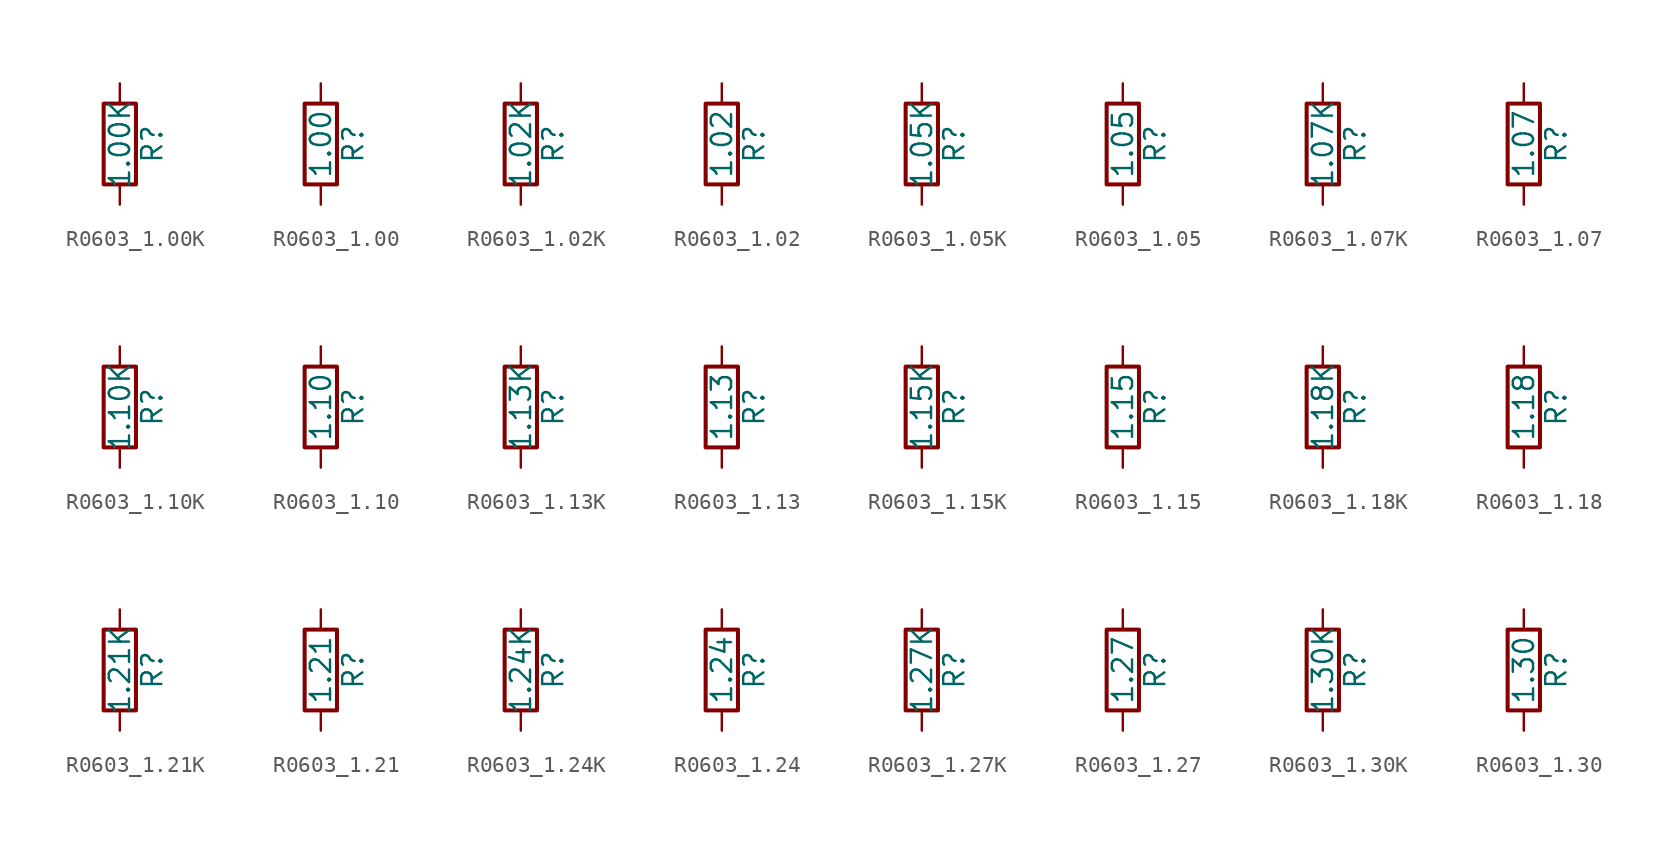
<source format=kicad_sym>
(kicad_symbol_lib
  (version 20211014)
  (generator atlantix-eda)
  (symbol "R0603_1.00K"
    (pin_numbers hide)
    (pin_names
      (offset 0))
    (property "Reference" "R"
      (at 2.032 0 90)
      (effects (font (size 1.27 1.27))))
    (property "Value" "1.00K"
      (at 0 0 90)
      (effects (font (size 1.27 1.27))))
    (symbol "R0603_1.00K_0_1"
      (rectangle (start -1.016 -2.54) (end 1.016 2.54) (stroke (width 0.254) (type default) (color 0 0 0 0)) (fill (type none))))
    (symbol "R0603_1.00K_1_1"
      (pin passive line (at 0 3.81 270) (length 1.27) (name "~" (effects (font (size 1.27 1.27)))) (number "1" (effects (font (size 1.27 1.27)))))
      (pin passive line (at 0 -3.81 90) (length 1.27) (name "~" (effects (font (size 1.27 1.27)))) (number "2" (effects (font (size 1.27 1.27)))))))
  (symbol "R0603_1.00"
    (pin_numbers hide)
    (pin_names
      (offset 0))
    (property "Reference" "R"
      (at 2.032 0 90)
      (effects (font (size 1.27 1.27))))
    (property "Value" "1.00"
      (at 0 0 90)
      (effects (font (size 1.27 1.27))))
    (symbol "R0603_1.00_0_1"
      (rectangle (start -1.016 -2.54) (end 1.016 2.54) (stroke (width 0.254) (type default) (color 0 0 0 0)) (fill (type none))))
    (symbol "R0603_1.00_1_1"
      (pin passive line (at 0 3.81 270) (length 1.27) (name "~" (effects (font (size 1.27 1.27)))) (number "1" (effects (font (size 1.27 1.27)))))
      (pin passive line (at 0 -3.81 90) (length 1.27) (name "~" (effects (font (size 1.27 1.27)))) (number "2" (effects (font (size 1.27 1.27)))))))
  (symbol "R0603_1.02K"
    (pin_numbers hide)
    (pin_names
      (offset 0))
    (property "Reference" "R"
      (at 2.032 0 90)
      (effects (font (size 1.27 1.27))))
    (property "Value" "1.02K"
      (at 0 0 90)
      (effects (font (size 1.27 1.27))))
    (symbol "R0603_1.02K_0_1"
      (rectangle (start -1.016 -2.54) (end 1.016 2.54) (stroke (width 0.254) (type default) (color 0 0 0 0)) (fill (type none))))
    (symbol "R0603_1.02K_1_1"
      (pin passive line (at 0 3.81 270) (length 1.27) (name "~" (effects (font (size 1.27 1.27)))) (number "1" (effects (font (size 1.27 1.27)))))
      (pin passive line (at 0 -3.81 90) (length 1.27) (name "~" (effects (font (size 1.27 1.27)))) (number "2" (effects (font (size 1.27 1.27)))))))
  (symbol "R0603_1.02"
    (pin_numbers hide)
    (pin_names
      (offset 0))
    (property "Reference" "R"
      (at 2.032 0 90)
      (effects (font (size 1.27 1.27))))
    (property "Value" "1.02"
      (at 0 0 90)
      (effects (font (size 1.27 1.27))))
    (symbol "R0603_1.02_0_1"
      (rectangle (start -1.016 -2.54) (end 1.016 2.54) (stroke (width 0.254) (type default) (color 0 0 0 0)) (fill (type none))))
    (symbol "R0603_1.02_1_1"
      (pin passive line (at 0 3.81 270) (length 1.27) (name "~" (effects (font (size 1.27 1.27)))) (number "1" (effects (font (size 1.27 1.27)))))
      (pin passive line (at 0 -3.81 90) (length 1.27) (name "~" (effects (font (size 1.27 1.27)))) (number "2" (effects (font (size 1.27 1.27)))))))
  (symbol "R0603_1.05K"
    (pin_numbers hide)
    (pin_names
      (offset 0))
    (property "Reference" "R"
      (at 2.032 0 90)
      (effects (font (size 1.27 1.27))))
    (property "Value" "1.05K"
      (at 0 0 90)
      (effects (font (size 1.27 1.27))))
    (symbol "R0603_1.05K_0_1"
      (rectangle (start -1.016 -2.54) (end 1.016 2.54) (stroke (width 0.254) (type default) (color 0 0 0 0)) (fill (type none))))
    (symbol "R0603_1.05K_1_1"
      (pin passive line (at 0 3.81 270) (length 1.27) (name "~" (effects (font (size 1.27 1.27)))) (number "1" (effects (font (size 1.27 1.27)))))
      (pin passive line (at 0 -3.81 90) (length 1.27) (name "~" (effects (font (size 1.27 1.27)))) (number "2" (effects (font (size 1.27 1.27)))))))
  (symbol "R0603_1.05"
    (pin_numbers hide)
    (pin_names
      (offset 0))
    (property "Reference" "R"
      (at 2.032 0 90)
      (effects (font (size 1.27 1.27))))
    (property "Value" "1.05"
      (at 0 0 90)
      (effects (font (size 1.27 1.27))))
    (symbol "R0603_1.05_0_1"
      (rectangle (start -1.016 -2.54) (end 1.016 2.54) (stroke (width 0.254) (type default) (color 0 0 0 0)) (fill (type none))))
    (symbol "R0603_1.05_1_1"
      (pin passive line (at 0 3.81 270) (length 1.27) (name "~" (effects (font (size 1.27 1.27)))) (number "1" (effects (font (size 1.27 1.27)))))
      (pin passive line (at 0 -3.81 90) (length 1.27) (name "~" (effects (font (size 1.27 1.27)))) (number "2" (effects (font (size 1.27 1.27)))))))
  (symbol "R0603_1.07K"
    (pin_numbers hide)
    (pin_names
      (offset 0))
    (property "Reference" "R"
      (at 2.032 0 90)
      (effects (font (size 1.27 1.27))))
    (property "Value" "1.07K"
      (at 0 0 90)
      (effects (font (size 1.27 1.27))))
    (symbol "R0603_1.07K_0_1"
      (rectangle (start -1.016 -2.54) (end 1.016 2.54) (stroke (width 0.254) (type default) (color 0 0 0 0)) (fill (type none))))
    (symbol "R0603_1.07K_1_1"
      (pin passive line (at 0 3.81 270) (length 1.27) (name "~" (effects (font (size 1.27 1.27)))) (number "1" (effects (font (size 1.27 1.27)))))
      (pin passive line (at 0 -3.81 90) (length 1.27) (name "~" (effects (font (size 1.27 1.27)))) (number "2" (effects (font (size 1.27 1.27)))))))
  (symbol "R0603_1.07"
    (pin_numbers hide)
    (pin_names
      (offset 0))
    (property "Reference" "R"
      (at 2.032 0 90)
      (effects (font (size 1.27 1.27))))
    (property "Value" "1.07"
      (at 0 0 90)
      (effects (font (size 1.27 1.27))))
    (symbol "R0603_1.07_0_1"
      (rectangle (start -1.016 -2.54) (end 1.016 2.54) (stroke (width 0.254) (type default) (color 0 0 0 0)) (fill (type none))))
    (symbol "R0603_1.07_1_1"
      (pin passive line (at 0 3.81 270) (length 1.27) (name "~" (effects (font (size 1.27 1.27)))) (number "1" (effects (font (size 1.27 1.27)))))
      (pin passive line (at 0 -3.81 90) (length 1.27) (name "~" (effects (font (size 1.27 1.27)))) (number "2" (effects (font (size 1.27 1.27)))))))
  (symbol "R0603_1.10K"
    (pin_numbers hide)
    (pin_names
      (offset 0))
    (property "Reference" "R"
      (at 2.032 0 90)
      (effects (font (size 1.27 1.27))))
    (property "Value" "1.10K"
      (at 0 0 90)
      (effects (font (size 1.27 1.27))))
    (symbol "R0603_1.10K_0_1"
      (rectangle (start -1.016 -2.54) (end 1.016 2.54) (stroke (width 0.254) (type default) (color 0 0 0 0)) (fill (type none))))
    (symbol "R0603_1.10K_1_1"
      (pin passive line (at 0 3.81 270) (length 1.27) (name "~" (effects (font (size 1.27 1.27)))) (number "1" (effects (font (size 1.27 1.27)))))
      (pin passive line (at 0 -3.81 90) (length 1.27) (name "~" (effects (font (size 1.27 1.27)))) (number "2" (effects (font (size 1.27 1.27)))))))
  (symbol "R0603_1.10"
    (pin_numbers hide)
    (pin_names
      (offset 0))
    (property "Reference" "R"
      (at 2.032 0 90)
      (effects (font (size 1.27 1.27))))
    (property "Value" "1.10"
      (at 0 0 90)
      (effects (font (size 1.27 1.27))))
    (symbol "R0603_1.10_0_1"
      (rectangle (start -1.016 -2.54) (end 1.016 2.54) (stroke (width 0.254) (type default) (color 0 0 0 0)) (fill (type none))))
    (symbol "R0603_1.10_1_1"
      (pin passive line (at 0 3.81 270) (length 1.27) (name "~" (effects (font (size 1.27 1.27)))) (number "1" (effects (font (size 1.27 1.27)))))
      (pin passive line (at 0 -3.81 90) (length 1.27) (name "~" (effects (font (size 1.27 1.27)))) (number "2" (effects (font (size 1.27 1.27)))))))
  (symbol "R0603_1.13K"
    (pin_numbers hide)
    (pin_names
      (offset 0))
    (property "Reference" "R"
      (at 2.032 0 90)
      (effects (font (size 1.27 1.27))))
    (property "Value" "1.13K"
      (at 0 0 90)
      (effects (font (size 1.27 1.27))))
    (symbol "R0603_1.13K_0_1"
      (rectangle (start -1.016 -2.54) (end 1.016 2.54) (stroke (width 0.254) (type default) (color 0 0 0 0)) (fill (type none))))
    (symbol "R0603_1.13K_1_1"
      (pin passive line (at 0 3.81 270) (length 1.27) (name "~" (effects (font (size 1.27 1.27)))) (number "1" (effects (font (size 1.27 1.27)))))
      (pin passive line (at 0 -3.81 90) (length 1.27) (name "~" (effects (font (size 1.27 1.27)))) (number "2" (effects (font (size 1.27 1.27)))))))
  (symbol "R0603_1.13"
    (pin_numbers hide)
    (pin_names
      (offset 0))
    (property "Reference" "R"
      (at 2.032 0 90)
      (effects (font (size 1.27 1.27))))
    (property "Value" "1.13"
      (at 0 0 90)
      (effects (font (size 1.27 1.27))))
    (symbol "R0603_1.13_0_1"
      (rectangle (start -1.016 -2.54) (end 1.016 2.54) (stroke (width 0.254) (type default) (color 0 0 0 0)) (fill (type none))))
    (symbol "R0603_1.13_1_1"
      (pin passive line (at 0 3.81 270) (length 1.27) (name "~" (effects (font (size 1.27 1.27)))) (number "1" (effects (font (size 1.27 1.27)))))
      (pin passive line (at 0 -3.81 90) (length 1.27) (name "~" (effects (font (size 1.27 1.27)))) (number "2" (effects (font (size 1.27 1.27)))))))
  (symbol "R0603_1.15K"
    (pin_numbers hide)
    (pin_names
      (offset 0))
    (property "Reference" "R"
      (at 2.032 0 90)
      (effects (font (size 1.27 1.27))))
    (property "Value" "1.15K"
      (at 0 0 90)
      (effects (font (size 1.27 1.27))))
    (symbol "R0603_1.15K_0_1"
      (rectangle (start -1.016 -2.54) (end 1.016 2.54) (stroke (width 0.254) (type default) (color 0 0 0 0)) (fill (type none))))
    (symbol "R0603_1.15K_1_1"
      (pin passive line (at 0 3.81 270) (length 1.27) (name "~" (effects (font (size 1.27 1.27)))) (number "1" (effects (font (size 1.27 1.27)))))
      (pin passive line (at 0 -3.81 90) (length 1.27) (name "~" (effects (font (size 1.27 1.27)))) (number "2" (effects (font (size 1.27 1.27)))))))
  (symbol "R0603_1.15"
    (pin_numbers hide)
    (pin_names
      (offset 0))
    (property "Reference" "R"
      (at 2.032 0 90)
      (effects (font (size 1.27 1.27))))
    (property "Value" "1.15"
      (at 0 0 90)
      (effects (font (size 1.27 1.27))))
    (symbol "R0603_1.15_0_1"
      (rectangle (start -1.016 -2.54) (end 1.016 2.54) (stroke (width 0.254) (type default) (color 0 0 0 0)) (fill (type none))))
    (symbol "R0603_1.15_1_1"
      (pin passive line (at 0 3.81 270) (length 1.27) (name "~" (effects (font (size 1.27 1.27)))) (number "1" (effects (font (size 1.27 1.27)))))
      (pin passive line (at 0 -3.81 90) (length 1.27) (name "~" (effects (font (size 1.27 1.27)))) (number "2" (effects (font (size 1.27 1.27)))))))
  (symbol "R0603_1.18K"
    (pin_numbers hide)
    (pin_names
      (offset 0))
    (property "Reference" "R"
      (at 2.032 0 90)
      (effects (font (size 1.27 1.27))))
    (property "Value" "1.18K"
      (at 0 0 90)
      (effects (font (size 1.27 1.27))))
    (symbol "R0603_1.18K_0_1"
      (rectangle (start -1.016 -2.54) (end 1.016 2.54) (stroke (width 0.254) (type default) (color 0 0 0 0)) (fill (type none))))
    (symbol "R0603_1.18K_1_1"
      (pin passive line (at 0 3.81 270) (length 1.27) (name "~" (effects (font (size 1.27 1.27)))) (number "1" (effects (font (size 1.27 1.27)))))
      (pin passive line (at 0 -3.81 90) (length 1.27) (name "~" (effects (font (size 1.27 1.27)))) (number "2" (effects (font (size 1.27 1.27)))))))
  (symbol "R0603_1.18"
    (pin_numbers hide)
    (pin_names
      (offset 0))
    (property "Reference" "R"
      (at 2.032 0 90)
      (effects (font (size 1.27 1.27))))
    (property "Value" "1.18"
      (at 0 0 90)
      (effects (font (size 1.27 1.27))))
    (symbol "R0603_1.18_0_1"
      (rectangle (start -1.016 -2.54) (end 1.016 2.54) (stroke (width 0.254) (type default) (color 0 0 0 0)) (fill (type none))))
    (symbol "R0603_1.18_1_1"
      (pin passive line (at 0 3.81 270) (length 1.27) (name "~" (effects (font (size 1.27 1.27)))) (number "1" (effects (font (size 1.27 1.27)))))
      (pin passive line (at 0 -3.81 90) (length 1.27) (name "~" (effects (font (size 1.27 1.27)))) (number "2" (effects (font (size 1.27 1.27)))))))
  (symbol "R0603_1.21K"
    (pin_numbers hide)
    (pin_names
      (offset 0))
    (property "Reference" "R"
      (at 2.032 0 90)
      (effects (font (size 1.27 1.27))))
    (property "Value" "1.21K"
      (at 0 0 90)
      (effects (font (size 1.27 1.27))))
    (symbol "R0603_1.21K_0_1"
      (rectangle (start -1.016 -2.54) (end 1.016 2.54) (stroke (width 0.254) (type default) (color 0 0 0 0)) (fill (type none))))
    (symbol "R0603_1.21K_1_1"
      (pin passive line (at 0 3.81 270) (length 1.27) (name "~" (effects (font (size 1.27 1.27)))) (number "1" (effects (font (size 1.27 1.27)))))
      (pin passive line (at 0 -3.81 90) (length 1.27) (name "~" (effects (font (size 1.27 1.27)))) (number "2" (effects (font (size 1.27 1.27)))))))
  (symbol "R0603_1.21"
    (pin_numbers hide)
    (pin_names
      (offset 0))
    (property "Reference" "R"
      (at 2.032 0 90)
      (effects (font (size 1.27 1.27))))
    (property "Value" "1.21"
      (at 0 0 90)
      (effects (font (size 1.27 1.27))))
    (symbol "R0603_1.21_0_1"
      (rectangle (start -1.016 -2.54) (end 1.016 2.54) (stroke (width 0.254) (type default) (color 0 0 0 0)) (fill (type none))))
    (symbol "R0603_1.21_1_1"
      (pin passive line (at 0 3.81 270) (length 1.27) (name "~" (effects (font (size 1.27 1.27)))) (number "1" (effects (font (size 1.27 1.27)))))
      (pin passive line (at 0 -3.81 90) (length 1.27) (name "~" (effects (font (size 1.27 1.27)))) (number "2" (effects (font (size 1.27 1.27)))))))
  (symbol "R0603_1.24K"
    (pin_numbers hide)
    (pin_names
      (offset 0))
    (property "Reference" "R"
      (at 2.032 0 90)
      (effects (font (size 1.27 1.27))))
    (property "Value" "1.24K"
      (at 0 0 90)
      (effects (font (size 1.27 1.27))))
    (symbol "R0603_1.24K_0_1"
      (rectangle (start -1.016 -2.54) (end 1.016 2.54) (stroke (width 0.254) (type default) (color 0 0 0 0)) (fill (type none))))
    (symbol "R0603_1.24K_1_1"
      (pin passive line (at 0 3.81 270) (length 1.27) (name "~" (effects (font (size 1.27 1.27)))) (number "1" (effects (font (size 1.27 1.27)))))
      (pin passive line (at 0 -3.81 90) (length 1.27) (name "~" (effects (font (size 1.27 1.27)))) (number "2" (effects (font (size 1.27 1.27)))))))
  (symbol "R0603_1.24"
    (pin_numbers hide)
    (pin_names
      (offset 0))
    (property "Reference" "R"
      (at 2.032 0 90)
      (effects (font (size 1.27 1.27))))
    (property "Value" "1.24"
      (at 0 0 90)
      (effects (font (size 1.27 1.27))))
    (symbol "R0603_1.24_0_1"
      (rectangle (start -1.016 -2.54) (end 1.016 2.54) (stroke (width 0.254) (type default) (color 0 0 0 0)) (fill (type none))))
    (symbol "R0603_1.24_1_1"
      (pin passive line (at 0 3.81 270) (length 1.27) (name "~" (effects (font (size 1.27 1.27)))) (number "1" (effects (font (size 1.27 1.27)))))
      (pin passive line (at 0 -3.81 90) (length 1.27) (name "~" (effects (font (size 1.27 1.27)))) (number "2" (effects (font (size 1.27 1.27)))))))
  (symbol "R0603_1.27K"
    (pin_numbers hide)
    (pin_names
      (offset 0))
    (property "Reference" "R"
      (at 2.032 0 90)
      (effects (font (size 1.27 1.27))))
    (property "Value" "1.27K"
      (at 0 0 90)
      (effects (font (size 1.27 1.27))))
    (symbol "R0603_1.27K_0_1"
      (rectangle (start -1.016 -2.54) (end 1.016 2.54) (stroke (width 0.254) (type default) (color 0 0 0 0)) (fill (type none))))
    (symbol "R0603_1.27K_1_1"
      (pin passive line (at 0 3.81 270) (length 1.27) (name "~" (effects (font (size 1.27 1.27)))) (number "1" (effects (font (size 1.27 1.27)))))
      (pin passive line (at 0 -3.81 90) (length 1.27) (name "~" (effects (font (size 1.27 1.27)))) (number "2" (effects (font (size 1.27 1.27)))))))
  (symbol "R0603_1.27"
    (pin_numbers hide)
    (pin_names
      (offset 0))
    (property "Reference" "R"
      (at 2.032 0 90)
      (effects (font (size 1.27 1.27))))
    (property "Value" "1.27"
      (at 0 0 90)
      (effects (font (size 1.27 1.27))))
    (symbol "R0603_1.27_0_1"
      (rectangle (start -1.016 -2.54) (end 1.016 2.54) (stroke (width 0.254) (type default) (color 0 0 0 0)) (fill (type none))))
    (symbol "R0603_1.27_1_1"
      (pin passive line (at 0 3.81 270) (length 1.27) (name "~" (effects (font (size 1.27 1.27)))) (number "1" (effects (font (size 1.27 1.27)))))
      (pin passive line (at 0 -3.81 90) (length 1.27) (name "~" (effects (font (size 1.27 1.27)))) (number "2" (effects (font (size 1.27 1.27)))))))
  (symbol "R0603_1.30K"
    (pin_numbers hide)
    (pin_names
      (offset 0))
    (property "Reference" "R"
      (at 2.032 0 90)
      (effects (font (size 1.27 1.27))))
    (property "Value" "1.30K"
      (at 0 0 90)
      (effects (font (size 1.27 1.27))))
    (symbol "R0603_1.30K_0_1"
      (rectangle (start -1.016 -2.54) (end 1.016 2.54) (stroke (width 0.254) (type default) (color 0 0 0 0)) (fill (type none))))
    (symbol "R0603_1.30K_1_1"
      (pin passive line (at 0 3.81 270) (length 1.27) (name "~" (effects (font (size 1.27 1.27)))) (number "1" (effects (font (size 1.27 1.27)))))
      (pin passive line (at 0 -3.81 90) (length 1.27) (name "~" (effects (font (size 1.27 1.27)))) (number "2" (effects (font (size 1.27 1.27)))))))
  (symbol "R0603_1.30"
    (pin_numbers hide)
    (pin_names
      (offset 0))
    (property "Reference" "R"
      (at 2.032 0 90)
      (effects (font (size 1.27 1.27))))
    (property "Value" "1.30"
      (at 0 0 90)
      (effects (font (size 1.27 1.27))))
    (symbol "R0603_1.30_0_1"
      (rectangle (start -1.016 -2.54) (end 1.016 2.54) (stroke (width 0.254) (type default) (color 0 0 0 0)) (fill (type none))))
    (symbol "R0603_1.30_1_1"
      (pin passive line (at 0 3.81 270) (length 1.27) (name "~" (effects (font (size 1.27 1.27)))) (number "1" (effects (font (size 1.27 1.27)))))
      (pin passive line (at 0 -3.81 90) (length 1.27) (name "~" (effects (font (size 1.27 1.27)))) (number "2" (effects (font (size 1.27 1.27))))))))
</source>
